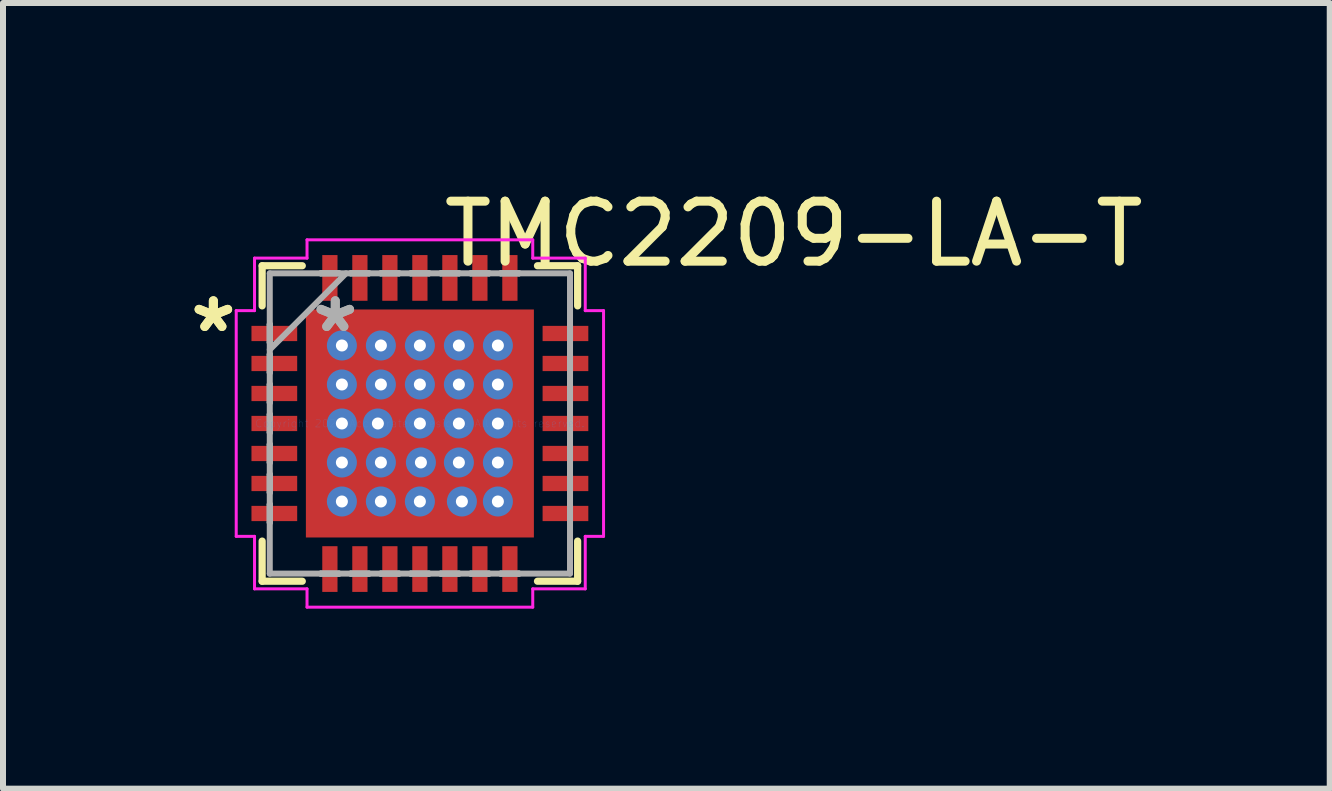
<source format=kicad_pcb>
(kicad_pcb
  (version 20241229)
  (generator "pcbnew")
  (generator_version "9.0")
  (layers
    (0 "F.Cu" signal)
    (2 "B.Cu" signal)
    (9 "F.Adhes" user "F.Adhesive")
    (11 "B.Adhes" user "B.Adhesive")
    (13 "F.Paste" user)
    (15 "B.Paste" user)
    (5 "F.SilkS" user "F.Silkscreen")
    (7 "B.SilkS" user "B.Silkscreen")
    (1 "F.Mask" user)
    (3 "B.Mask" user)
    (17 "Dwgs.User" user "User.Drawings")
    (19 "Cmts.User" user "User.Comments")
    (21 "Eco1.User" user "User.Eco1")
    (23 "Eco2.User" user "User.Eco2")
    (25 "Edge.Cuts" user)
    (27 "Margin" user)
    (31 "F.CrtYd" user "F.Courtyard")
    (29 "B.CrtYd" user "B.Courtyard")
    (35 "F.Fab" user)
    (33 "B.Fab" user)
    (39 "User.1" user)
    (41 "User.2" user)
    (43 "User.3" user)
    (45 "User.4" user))
  (footprint "TMC2209-LA-T"
    (layer "F.Cu")
    (at 3.948 4.008)
    (property "Reference" "TMC2209-LA-T" (at 6.23 -3.16 0) (layer "F.SilkS") (effects (font (size 1 1) (thickness 0.15))))
    (fp_line (start -2.629 -2.629) (end -2.629 -1.96) (stroke (width 0.12) (type solid)) (layer "F.SilkS"))
    (fp_line (start -2.629 1.96) (end -2.629 2.629) (stroke (width 0.12) (type solid)) (layer "F.SilkS"))
    (fp_line (start -2.629 2.629) (end -1.96 2.629) (stroke (width 0.12) (type solid)) (layer "F.SilkS"))
    (fp_line (start -1.96 -2.629) (end -2.629 -2.629) (stroke (width 0.12) (type solid)) (layer "F.SilkS"))
    (fp_line (start 1.96 2.629) (end 2.629 2.629) (stroke (width 0.12) (type solid)) (layer "F.SilkS"))
    (fp_line (start 2.629 -2.629) (end 1.96 -2.629) (stroke (width 0.12) (type solid)) (layer "F.SilkS"))
    (fp_line (start 2.629 -1.96) (end 2.629 -2.629) (stroke (width 0.12) (type solid)) (layer "F.SilkS"))
    (fp_line (start 2.629 2.629) (end 2.629 1.96) (stroke (width 0.12) (type solid)) (layer "F.SilkS"))
    (fp_line (start -3.061 -1.881) (end -2.756 -1.881) (stroke (width 0.05) (type solid)) (layer "F.CrtYd"))
    (fp_line (start -3.061 1.881) (end -3.061 -1.881) (stroke (width 0.05) (type solid)) (layer "F.CrtYd"))
    (fp_line (start -2.756 -2.756) (end -1.881 -2.756) (stroke (width 0.05) (type solid)) (layer "F.CrtYd"))
    (fp_line (start -2.756 -1.881) (end -2.756 -2.756) (stroke (width 0.05) (type solid)) (layer "F.CrtYd"))
    (fp_line (start -2.756 1.881) (end -3.061 1.881) (stroke (width 0.05) (type solid)) (layer "F.CrtYd"))
    (fp_line (start -2.756 2.756) (end -2.756 1.881) (stroke (width 0.05) (type solid)) (layer "F.CrtYd"))
    (fp_line (start -1.881 -3.061) (end 1.881 -3.061) (stroke (width 0.05) (type solid)) (layer "F.CrtYd"))
    (fp_line (start -1.881 -2.756) (end -1.881 -3.061) (stroke (width 0.05) (type solid)) (layer "F.CrtYd"))
    (fp_line (start -1.881 2.756) (end -2.756 2.756) (stroke (width 0.05) (type solid)) (layer "F.CrtYd"))
    (fp_line (start -1.881 3.061) (end -1.881 2.756) (stroke (width 0.05) (type solid)) (layer "F.CrtYd"))
    (fp_line (start 1.881 -3.061) (end 1.881 -2.756) (stroke (width 0.05) (type solid)) (layer "F.CrtYd"))
    (fp_line (start 1.881 -2.756) (end 2.756 -2.756) (stroke (width 0.05) (type solid)) (layer "F.CrtYd"))
    (fp_line (start 1.881 2.756) (end 1.881 3.061) (stroke (width 0.05) (type solid)) (layer "F.CrtYd"))
    (fp_line (start 1.881 3.061) (end -1.881 3.061) (stroke (width 0.05) (type solid)) (layer "F.CrtYd"))
    (fp_line (start 2.756 -2.756) (end 2.756 -1.881) (stroke (width 0.05) (type solid)) (layer "F.CrtYd"))
    (fp_line (start 2.756 -1.881) (end 3.061 -1.881) (stroke (width 0.05) (type solid)) (layer "F.CrtYd"))
    (fp_line (start 2.756 1.881) (end 2.756 2.756) (stroke (width 0.05) (type solid)) (layer "F.CrtYd"))
    (fp_line (start 2.756 2.756) (end 1.881 2.756) (stroke (width 0.05) (type solid)) (layer "F.CrtYd"))
    (fp_line (start 3.061 -1.881) (end 3.061 1.881) (stroke (width 0.05) (type solid)) (layer "F.CrtYd"))
    (fp_line (start 3.061 1.881) (end 2.756 1.881) (stroke (width 0.05) (type solid)) (layer "F.CrtYd"))
    (fp_line (start -2.502 -2.502) (end -2.502 2.502) (stroke (width 0.1) (type solid)) (layer "F.Fab"))
    (fp_line (start -2.502 -1.652) (end -2.502 -1.652) (stroke (width 0.1) (type solid)) (layer "F.Fab"))
    (fp_line (start -2.502 -1.652) (end -2.502 -1.348) (stroke (width 0.1) (type solid)) (layer "F.Fab"))
    (fp_line (start -2.502 -1.348) (end -2.502 -1.652) (stroke (width 0.1) (type solid)) (layer "F.Fab"))
    (fp_line (start -2.502 -1.348) (end -2.502 -1.348) (stroke (width 0.1) (type solid)) (layer "F.Fab"))
    (fp_line (start -2.502 -1.232) (end -1.232 -2.502) (stroke (width 0.1) (type solid)) (layer "F.Fab"))
    (fp_line (start -2.502 -1.152) (end -2.502 -1.152) (stroke (width 0.1) (type solid)) (layer "F.Fab"))
    (fp_line (start -2.502 -1.152) (end -2.502 -0.848) (stroke (width 0.1) (type solid)) (layer "F.Fab"))
    (fp_line (start -2.502 -0.848) (end -2.502 -1.152) (stroke (width 0.1) (type solid)) (layer "F.Fab"))
    (fp_line (start -2.502 -0.848) (end -2.502 -0.848) (stroke (width 0.1) (type solid)) (layer "F.Fab"))
    (fp_line (start -2.502 -0.652) (end -2.502 -0.652) (stroke (width 0.1) (type solid)) (layer "F.Fab"))
    (fp_line (start -2.502 -0.652) (end -2.502 -0.348) (stroke (width 0.1) (type solid)) (layer "F.Fab"))
    (fp_line (start -2.502 -0.348) (end -2.502 -0.652) (stroke (width 0.1) (type solid)) (layer "F.Fab"))
    (fp_line (start -2.502 -0.348) (end -2.502 -0.348) (stroke (width 0.1) (type solid)) (layer "F.Fab"))
    (fp_line (start -2.502 -0.152) (end -2.502 -0.152) (stroke (width 0.1) (type solid)) (layer "F.Fab"))
    (fp_line (start -2.502 -0.152) (end -2.502 0.152) (stroke (width 0.1) (type solid)) (layer "F.Fab"))
    (fp_line (start -2.502 0.152) (end -2.502 -0.152) (stroke (width 0.1) (type solid)) (layer "F.Fab"))
    (fp_line (start -2.502 0.152) (end -2.502 0.152) (stroke (width 0.1) (type solid)) (layer "F.Fab"))
    (fp_line (start -2.502 0.348) (end -2.502 0.348) (stroke (width 0.1) (type solid)) (layer "F.Fab"))
    (fp_line (start -2.502 0.348) (end -2.502 0.652) (stroke (width 0.1) (type solid)) (layer "F.Fab"))
    (fp_line (start -2.502 0.652) (end -2.502 0.348) (stroke (width 0.1) (type solid)) (layer "F.Fab"))
    (fp_line (start -2.502 0.652) (end -2.502 0.652) (stroke (width 0.1) (type solid)) (layer "F.Fab"))
    (fp_line (start -2.502 0.848) (end -2.502 0.848) (stroke (width 0.1) (type solid)) (layer "F.Fab"))
    (fp_line (start -2.502 0.848) (end -2.502 1.152) (stroke (width 0.1) (type solid)) (layer "F.Fab"))
    (fp_line (start -2.502 1.152) (end -2.502 0.848) (stroke (width 0.1) (type solid)) (layer "F.Fab"))
    (fp_line (start -2.502 1.152) (end -2.502 1.152) (stroke (width 0.1) (type solid)) (layer "F.Fab"))
    (fp_line (start -2.502 1.348) (end -2.502 1.348) (stroke (width 0.1) (type solid)) (layer "F.Fab"))
    (fp_line (start -2.502 1.348) (end -2.502 1.652) (stroke (width 0.1) (type solid)) (layer "F.Fab"))
    (fp_line (start -2.502 1.652) (end -2.502 1.348) (stroke (width 0.1) (type solid)) (layer "F.Fab"))
    (fp_line (start -2.502 1.652) (end -2.502 1.652) (stroke (width 0.1) (type solid)) (layer "F.Fab"))
    (fp_line (start -2.502 2.502) (end 2.502 2.502) (stroke (width 0.1) (type solid)) (layer "F.Fab"))
    (fp_line (start -1.652 -2.502) (end -1.652 -2.502) (stroke (width 0.1) (type solid)) (layer "F.Fab"))
    (fp_line (start -1.652 -2.502) (end -1.348 -2.502) (stroke (width 0.1) (type solid)) (layer "F.Fab"))
    (fp_line (start -1.652 2.502) (end -1.652 2.502) (stroke (width 0.1) (type solid)) (layer "F.Fab"))
    (fp_line (start -1.652 2.502) (end -1.348 2.502) (stroke (width 0.1) (type solid)) (layer "F.Fab"))
    (fp_line (start -1.348 -2.502) (end -1.652 -2.502) (stroke (width 0.1) (type solid)) (layer "F.Fab"))
    (fp_line (start -1.348 -2.502) (end -1.348 -2.502) (stroke (width 0.1) (type solid)) (layer "F.Fab"))
    (fp_line (start -1.348 2.502) (end -1.652 2.502) (stroke (width 0.1) (type solid)) (layer "F.Fab"))
    (fp_line (start -1.348 2.502) (end -1.348 2.502) (stroke (width 0.1) (type solid)) (layer "F.Fab"))
    (fp_line (start -1.152 -2.502) (end -1.152 -2.502) (stroke (width 0.1) (type solid)) (layer "F.Fab"))
    (fp_line (start -1.152 -2.502) (end -0.848 -2.502) (stroke (width 0.1) (type solid)) (layer "F.Fab"))
    (fp_line (start -1.152 2.502) (end -1.152 2.502) (stroke (width 0.1) (type solid)) (layer "F.Fab"))
    (fp_line (start -1.152 2.502) (end -0.848 2.502) (stroke (width 0.1) (type solid)) (layer "F.Fab"))
    (fp_line (start -0.848 -2.502) (end -1.152 -2.502) (stroke (width 0.1) (type solid)) (layer "F.Fab"))
    (fp_line (start -0.848 -2.502) (end -0.848 -2.502) (stroke (width 0.1) (type solid)) (layer "F.Fab"))
    (fp_line (start -0.848 2.502) (end -1.152 2.502) (stroke (width 0.1) (type solid)) (layer "F.Fab"))
    (fp_line (start -0.848 2.502) (end -0.848 2.502) (stroke (width 0.1) (type solid)) (layer "F.Fab"))
    (fp_line (start -0.652 -2.502) (end -0.652 -2.502) (stroke (width 0.1) (type solid)) (layer "F.Fab"))
    (fp_line (start -0.652 -2.502) (end -0.348 -2.502) (stroke (width 0.1) (type solid)) (layer "F.Fab"))
    (fp_line (start -0.652 2.502) (end -0.652 2.502) (stroke (width 0.1) (type solid)) (layer "F.Fab"))
    (fp_line (start -0.652 2.502) (end -0.348 2.502) (stroke (width 0.1) (type solid)) (layer "F.Fab"))
    (fp_line (start -0.348 -2.502) (end -0.652 -2.502) (stroke (width 0.1) (type solid)) (layer "F.Fab"))
    (fp_line (start -0.348 -2.502) (end -0.348 -2.502) (stroke (width 0.1) (type solid)) (layer "F.Fab"))
    (fp_line (start -0.348 2.502) (end -0.652 2.502) (stroke (width 0.1) (type solid)) (layer "F.Fab"))
    (fp_line (start -0.348 2.502) (end -0.348 2.502) (stroke (width 0.1) (type solid)) (layer "F.Fab"))
    (fp_line (start -0.152 -2.502) (end -0.152 -2.502) (stroke (width 0.1) (type solid)) (layer "F.Fab"))
    (fp_line (start -0.152 -2.502) (end 0.152 -2.502) (stroke (width 0.1) (type solid)) (layer "F.Fab"))
    (fp_line (start -0.152 2.502) (end -0.152 2.502) (stroke (width 0.1) (type solid)) (layer "F.Fab"))
    (fp_line (start -0.152 2.502) (end 0.152 2.502) (stroke (width 0.1) (type solid)) (layer "F.Fab"))
    (fp_line (start 0.152 -2.502) (end -0.152 -2.502) (stroke (width 0.1) (type solid)) (layer "F.Fab"))
    (fp_line (start 0.152 -2.502) (end 0.152 -2.502) (stroke (width 0.1) (type solid)) (layer "F.Fab"))
    (fp_line (start 0.152 2.502) (end -0.152 2.502) (stroke (width 0.1) (type solid)) (layer "F.Fab"))
    (fp_line (start 0.152 2.502) (end 0.152 2.502) (stroke (width 0.1) (type solid)) (layer "F.Fab"))
    (fp_line (start 0.348 -2.502) (end 0.348 -2.502) (stroke (width 0.1) (type solid)) (layer "F.Fab"))
    (fp_line (start 0.348 -2.502) (end 0.652 -2.502) (stroke (width 0.1) (type solid)) (layer "F.Fab"))
    (fp_line (start 0.348 2.502) (end 0.348 2.502) (stroke (width 0.1) (type solid)) (layer "F.Fab"))
    (fp_line (start 0.348 2.502) (end 0.652 2.502) (stroke (width 0.1) (type solid)) (layer "F.Fab"))
    (fp_line (start 0.652 -2.502) (end 0.348 -2.502) (stroke (width 0.1) (type solid)) (layer "F.Fab"))
    (fp_line (start 0.652 -2.502) (end 0.652 -2.502) (stroke (width 0.1) (type solid)) (layer "F.Fab"))
    (fp_line (start 0.652 2.502) (end 0.348 2.502) (stroke (width 0.1) (type solid)) (layer "F.Fab"))
    (fp_line (start 0.652 2.502) (end 0.652 2.502) (stroke (width 0.1) (type solid)) (layer "F.Fab"))
    (fp_line (start 0.848 -2.502) (end 0.848 -2.502) (stroke (width 0.1) (type solid)) (layer "F.Fab"))
    (fp_line (start 0.848 -2.502) (end 1.152 -2.502) (stroke (width 0.1) (type solid)) (layer "F.Fab"))
    (fp_line (start 0.848 2.502) (end 0.848 2.502) (stroke (width 0.1) (type solid)) (layer "F.Fab"))
    (fp_line (start 0.848 2.502) (end 1.152 2.502) (stroke (width 0.1) (type solid)) (layer "F.Fab"))
    (fp_line (start 1.152 -2.502) (end 0.848 -2.502) (stroke (width 0.1) (type solid)) (layer "F.Fab"))
    (fp_line (start 1.152 -2.502) (end 1.152 -2.502) (stroke (width 0.1) (type solid)) (layer "F.Fab"))
    (fp_line (start 1.152 2.502) (end 0.848 2.502) (stroke (width 0.1) (type solid)) (layer "F.Fab"))
    (fp_line (start 1.152 2.502) (end 1.152 2.502) (stroke (width 0.1) (type solid)) (layer "F.Fab"))
    (fp_line (start 1.348 -2.502) (end 1.348 -2.502) (stroke (width 0.1) (type solid)) (layer "F.Fab"))
    (fp_line (start 1.348 -2.502) (end 1.652 -2.502) (stroke (width 0.1) (type solid)) (layer "F.Fab"))
    (fp_line (start 1.348 2.502) (end 1.348 2.502) (stroke (width 0.1) (type solid)) (layer "F.Fab"))
    (fp_line (start 1.348 2.502) (end 1.652 2.502) (stroke (width 0.1) (type solid)) (layer "F.Fab"))
    (fp_line (start 1.652 -2.502) (end 1.348 -2.502) (stroke (width 0.1) (type solid)) (layer "F.Fab"))
    (fp_line (start 1.652 -2.502) (end 1.652 -2.502) (stroke (width 0.1) (type solid)) (layer "F.Fab"))
    (fp_line (start 1.652 2.502) (end 1.348 2.502) (stroke (width 0.1) (type solid)) (layer "F.Fab"))
    (fp_line (start 1.652 2.502) (end 1.652 2.502) (stroke (width 0.1) (type solid)) (layer "F.Fab"))
    (fp_line (start 2.502 -2.502) (end -2.502 -2.502) (stroke (width 0.1) (type solid)) (layer "F.Fab"))
    (fp_line (start 2.502 -1.652) (end 2.502 -1.652) (stroke (width 0.1) (type solid)) (layer "F.Fab"))
    (fp_line (start 2.502 -1.652) (end 2.502 -1.348) (stroke (width 0.1) (type solid)) (layer "F.Fab"))
    (fp_line (start 2.502 -1.348) (end 2.502 -1.652) (stroke (width 0.1) (type solid)) (layer "F.Fab"))
    (fp_line (start 2.502 -1.348) (end 2.502 -1.348) (stroke (width 0.1) (type solid)) (layer "F.Fab"))
    (fp_line (start 2.502 -1.152) (end 2.502 -1.152) (stroke (width 0.1) (type solid)) (layer "F.Fab"))
    (fp_line (start 2.502 -1.152) (end 2.502 -0.848) (stroke (width 0.1) (type solid)) (layer "F.Fab"))
    (fp_line (start 2.502 -0.848) (end 2.502 -1.152) (stroke (width 0.1) (type solid)) (layer "F.Fab"))
    (fp_line (start 2.502 -0.848) (end 2.502 -0.848) (stroke (width 0.1) (type solid)) (layer "F.Fab"))
    (fp_line (start 2.502 -0.652) (end 2.502 -0.652) (stroke (width 0.1) (type solid)) (layer "F.Fab"))
    (fp_line (start 2.502 -0.652) (end 2.502 -0.348) (stroke (width 0.1) (type solid)) (layer "F.Fab"))
    (fp_line (start 2.502 -0.348) (end 2.502 -0.652) (stroke (width 0.1) (type solid)) (layer "F.Fab"))
    (fp_line (start 2.502 -0.348) (end 2.502 -0.348) (stroke (width 0.1) (type solid)) (layer "F.Fab"))
    (fp_line (start 2.502 -0.152) (end 2.502 -0.152) (stroke (width 0.1) (type solid)) (layer "F.Fab"))
    (fp_line (start 2.502 -0.152) (end 2.502 0.152) (stroke (width 0.1) (type solid)) (layer "F.Fab"))
    (fp_line (start 2.502 0.152) (end 2.502 -0.152) (stroke (width 0.1) (type solid)) (layer "F.Fab"))
    (fp_line (start 2.502 0.152) (end 2.502 0.152) (stroke (width 0.1) (type solid)) (layer "F.Fab"))
    (fp_line (start 2.502 0.348) (end 2.502 0.348) (stroke (width 0.1) (type solid)) (layer "F.Fab"))
    (fp_line (start 2.502 0.348) (end 2.502 0.652) (stroke (width 0.1) (type solid)) (layer "F.Fab"))
    (fp_line (start 2.502 0.652) (end 2.502 0.348) (stroke (width 0.1) (type solid)) (layer "F.Fab"))
    (fp_line (start 2.502 0.652) (end 2.502 0.652) (stroke (width 0.1) (type solid)) (layer "F.Fab"))
    (fp_line (start 2.502 0.848) (end 2.502 0.848) (stroke (width 0.1) (type solid)) (layer "F.Fab"))
    (fp_line (start 2.502 0.848) (end 2.502 1.152) (stroke (width 0.1) (type solid)) (layer "F.Fab"))
    (fp_line (start 2.502 1.152) (end 2.502 0.848) (stroke (width 0.1) (type solid)) (layer "F.Fab"))
    (fp_line (start 2.502 1.152) (end 2.502 1.152) (stroke (width 0.1) (type solid)) (layer "F.Fab"))
    (fp_line (start 2.502 1.348) (end 2.502 1.348) (stroke (width 0.1) (type solid)) (layer "F.Fab"))
    (fp_line (start 2.502 1.348) (end 2.502 1.652) (stroke (width 0.1) (type solid)) (layer "F.Fab"))
    (fp_line (start 2.502 1.652) (end 2.502 1.348) (stroke (width 0.1) (type solid)) (layer "F.Fab"))
    (fp_line (start 2.502 1.652) (end 2.502 1.652) (stroke (width 0.1) (type solid)) (layer "F.Fab"))
    (fp_line (start 2.502 2.502) (end 2.502 -2.502) (stroke (width 0.1) (type solid)) (layer "F.Fab"))
    (fp_text user "*" (at -3.442 -1.5 0) (layer "F.SilkS") (effects (font (size 1 1) (thickness 0.15))))
    (fp_text user "*" (at -3.442 -1.5 0) (layer "F.SilkS") (effects (font (size 1 1) (thickness 0.15))))
    (fp_text user "Copyright 2021 Accelerated Designs. All rights reserved." (at 0 0 0) (layer "Cmts.User") (effects (font (size 0.127 0.127) (thickness 0.002))))
    (fp_text user "*" (at -1.41 -1.5 0) (layer "F.Fab") (effects (font (size 1 1) (thickness 0.15))))
    (fp_text user "*" (at -1.41 -1.5 0) (layer "F.Fab") (effects (font (size 1 1) (thickness 0.15))))
    (pad "1" smd rect (at -2.426 -1.5 90) (size 0.254 0.762) (layers "F.Cu" "F.Mask" "F.Paste"))
    (pad "2" smd rect (at -2.426 -1 90) (size 0.254 0.762) (layers "F.Cu" "F.Mask" "F.Paste"))
    (pad "3" smd rect (at -2.426 -0.5 90) (size 0.254 0.762) (layers "F.Cu" "F.Mask" "F.Paste"))
    (pad "4" smd rect (at -2.426 0 90) (size 0.254 0.762) (layers "F.Cu" "F.Mask" "F.Paste"))
    (pad "5" smd rect (at -2.426 0.5 90) (size 0.254 0.762) (layers "F.Cu" "F.Mask" "F.Paste"))
    (pad "6" smd rect (at -2.426 1 90) (size 0.254 0.762) (layers "F.Cu" "F.Mask" "F.Paste"))
    (pad "7" smd rect (at -2.426 1.5 90) (size 0.254 0.762) (layers "F.Cu" "F.Mask" "F.Paste"))
    (pad "8" smd rect (at -1.5 2.426) (size 0.254 0.762) (layers "F.Cu" "F.Mask" "F.Paste"))
    (pad "9" smd rect (at -1 2.426) (size 0.254 0.762) (layers "F.Cu" "F.Mask" "F.Paste"))
    (pad "10" smd rect (at -0.5 2.426) (size 0.254 0.762) (layers "F.Cu" "F.Mask" "F.Paste"))
    (pad "11" smd rect (at 0 2.426) (size 0.254 0.762) (layers "F.Cu" "F.Mask" "F.Paste"))
    (pad "12" smd rect (at 0.5 2.426) (size 0.254 0.762) (layers "F.Cu" "F.Mask" "F.Paste"))
    (pad "13" smd rect (at 1 2.426) (size 0.254 0.762) (layers "F.Cu" "F.Mask" "F.Paste"))
    (pad "14" smd rect (at 1.5 2.426) (size 0.254 0.762) (layers "F.Cu" "F.Mask" "F.Paste"))
    (pad "15" smd rect (at 2.426 1.5 90) (size 0.254 0.762) (layers "F.Cu" "F.Mask" "F.Paste"))
    (pad "16" smd rect (at 2.426 1 90) (size 0.254 0.762) (layers "F.Cu" "F.Mask" "F.Paste"))
    (pad "17" smd rect (at 2.426 0.5 90) (size 0.254 0.762) (layers "F.Cu" "F.Mask" "F.Paste"))
    (pad "18" smd rect (at 2.426 0 90) (size 0.254 0.762) (layers "F.Cu" "F.Mask" "F.Paste"))
    (pad "19" smd rect (at 2.426 -0.5 90) (size 0.254 0.762) (layers "F.Cu" "F.Mask" "F.Paste"))
    (pad "20" smd rect (at 2.426 -1 90) (size 0.254 0.762) (layers "F.Cu" "F.Mask" "F.Paste"))
    (pad "21" smd rect (at 2.426 -1.5 90) (size 0.254 0.762) (layers "F.Cu" "F.Mask" "F.Paste"))
    (pad "22" smd rect (at 1.5 -2.426) (size 0.254 0.762) (layers "F.Cu" "F.Mask" "F.Paste"))
    (pad "23" smd rect (at 1 -2.426) (size 0.254 0.762) (layers "F.Cu" "F.Mask" "F.Paste"))
    (pad "24" smd rect (at 0.5 -2.426) (size 0.254 0.762) (layers "F.Cu" "F.Mask" "F.Paste"))
    (pad "25" smd rect (at 0 -2.426) (size 0.254 0.762) (layers "F.Cu" "F.Mask" "F.Paste"))
    (pad "26" smd rect (at -0.5 -2.426) (size 0.254 0.762) (layers "F.Cu" "F.Mask" "F.Paste"))
    (pad "27" smd rect (at -1 -2.426) (size 0.254 0.762) (layers "F.Cu" "F.Mask" "F.Paste"))
    (pad "28" smd rect (at -1.5 -2.426) (size 0.254 0.762) (layers "F.Cu" "F.Mask" "F.Paste"))
    (pad "29" thru_hole circle (at -1.3 -1.3) (size 0.5 0.5) (drill 0.2) (layers "*.Cu" "*.Mask"))
    (pad "29" thru_hole circle (at -1.3 -0.65) (size 0.5 0.5) (drill 0.2) (layers "*.Cu" "*.Mask"))
    (pad "29" thru_hole circle (at -1.3 0) (size 0.5 0.5) (drill 0.2) (layers "*.Cu" "*.Mask"))
    (pad "29" thru_hole circle (at -1.3 0.65) (size 0.5 0.5) (drill 0.2) (layers "*.Cu" "*.Mask"))
    (pad "29" thru_hole circle (at -1.3 1.3) (size 0.5 0.5) (drill 0.2) (layers "*.Cu" "*.Mask"))
    (pad "29" thru_hole circle (at -0.7 0) (size 0.5 0.5) (drill 0.2) (layers "*.Cu" "*.Mask"))
    (pad "29" thru_hole circle (at -0.65 -1.3) (size 0.5 0.5) (drill 0.2) (layers "*.Cu" "*.Mask"))
    (pad "29" thru_hole circle (at -0.65 -0.65) (size 0.5 0.5) (drill 0.2) (layers "*.Cu" "*.Mask"))
    (pad "29" thru_hole circle (at -0.65 0.65) (size 0.5 0.5) (drill 0.2) (layers "*.Cu" "*.Mask"))
    (pad "29" thru_hole circle (at -0.65 1.3) (size 0.5 0.5) (drill 0.2) (layers "*.Cu" "*.Mask"))
    (pad "29" thru_hole circle (at 0 -1.3) (size 0.5 0.5) (drill 0.2) (layers "*.Cu" "*.Mask"))
    (pad "29" thru_hole circle (at 0 -0.65) (size 0.5 0.5) (drill 0.2) (layers "*.Cu" "*.Mask"))
    (pad "29" thru_hole circle (at 0 0) (size 0.5 0.5) (drill 0.2) (layers "*.Cu" "*.Mask"))
    (pad "29" smd rect (at 0 0) (size 3.8 3.8) (layers "F.Cu" "F.Mask" "F.Paste"))
    (pad "29" thru_hole circle (at 0 1.3) (size 0.5 0.5) (drill 0.2) (layers "*.Cu" "*.Mask"))
    (pad "29" thru_hole circle (at 0.017 0.65) (size 0.5 0.5) (drill 0.2) (layers "*.Cu" "*.Mask"))
    (pad "29" thru_hole circle (at 0.65 -1.3) (size 0.5 0.5) (drill 0.2) (layers "*.Cu" "*.Mask"))
    (pad "29" thru_hole circle (at 0.65 -0.65) (size 0.5 0.5) (drill 0.2) (layers "*.Cu" "*.Mask"))
    (pad "29" thru_hole circle (at 0.65 0) (size 0.5 0.5) (drill 0.2) (layers "*.Cu" "*.Mask"))
    (pad "29" thru_hole circle (at 0.65 0.65) (size 0.5 0.5) (drill 0.2) (layers "*.Cu" "*.Mask"))
    (pad "29" thru_hole circle (at 0.7 1.3) (size 0.5 0.5) (drill 0.2) (layers "*.Cu" "*.Mask"))
    (pad "29" thru_hole circle (at 1.3 -1.3) (size 0.5 0.5) (drill 0.2) (layers "*.Cu" "*.Mask"))
    (pad "29" thru_hole circle (at 1.3 -0.65) (size 0.5 0.5) (drill 0.2) (layers "*.Cu" "*.Mask"))
    (pad "29" thru_hole circle (at 1.3 0) (size 0.5 0.5) (drill 0.2) (layers "*.Cu" "*.Mask"))
    (pad "29" thru_hole circle (at 1.3 0.65) (size 0.5 0.5) (drill 0.2) (layers "*.Cu" "*.Mask"))
    (pad "29" thru_hole circle (at 1.3 1.3) (size 0.5 0.5) (drill 0.2) (layers "*.Cu" "*.Mask")))
  (gr_rect
    (start -3 -3)
    (end 19.112 10.094)
    (stroke (width 0.1) (type default))
    (fill no)
    (layer "Edge.Cuts")))
</source>
